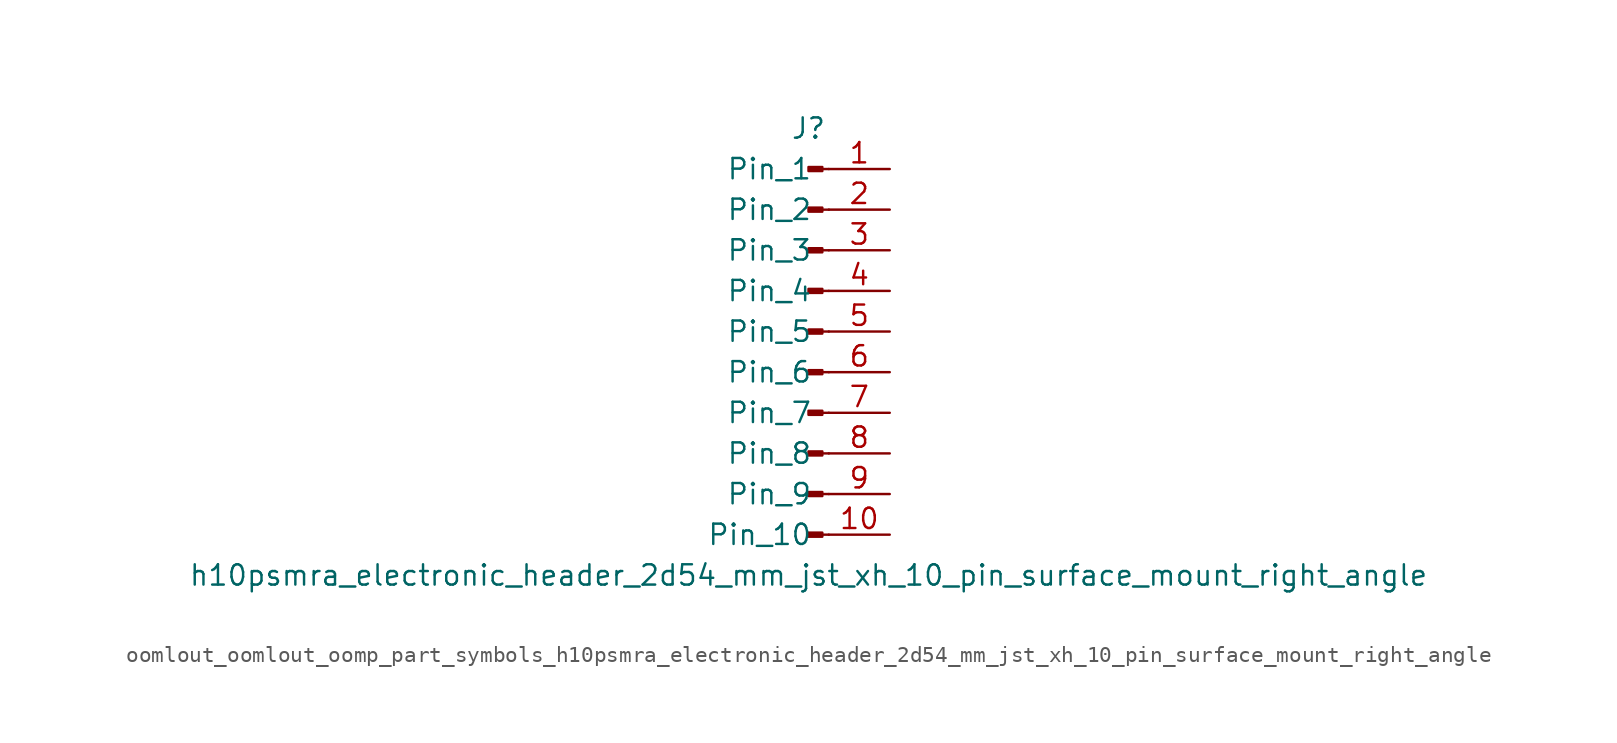
<source format=kicad_sym>
(kicad_symbol_lib
  (version 20220914)
  (generator kicad_symbol_editor)
  (symbol "oomlout_oomlout_oomp_part_symbols_h10psmra_electronic_header_2d54_mm_jst_xh_10_pin_surface_mount_right_angle"
    (pin_names
      (offset 1.016))
    (property "Reference" "J"
      (at 0 12.7 0)
      (effects (font (size 1.27 1.27))))
    (property "Value" "h10psmra_electronic_header_2d54_mm_jst_xh_10_pin_surface_mount_right_angle"
      (at 0 -15.24 0)
      (effects (font (size 1.27 1.27))))
    (property "ki_locked" ""
      (at 0 0 0)
      (effects (font (size 1.27 1.27))))
    (symbol "oomlout_oomlout_oomp_part_symbols_h10psmra_electronic_header_2d54_mm_jst_xh_10_pin_surface_mount_right_angle_1_1"
      (polyline (pts (xy 1.27 -12.7) (xy 0.864 -12.7)) (stroke (width 0.152) (type default)) (fill (type none)))
      (polyline (pts (xy 1.27 -10.16) (xy 0.864 -10.16)) (stroke (width 0.152) (type default)) (fill (type none)))
      (polyline (pts (xy 1.27 -7.62) (xy 0.864 -7.62)) (stroke (width 0.152) (type default)) (fill (type none)))
      (polyline (pts (xy 1.27 -5.08) (xy 0.864 -5.08)) (stroke (width 0.152) (type default)) (fill (type none)))
      (polyline (pts (xy 1.27 -2.54) (xy 0.864 -2.54)) (stroke (width 0.152) (type default)) (fill (type none)))
      (polyline (pts (xy 1.27 0) (xy 0.864 0)) (stroke (width 0.152) (type default)) (fill (type none)))
      (polyline (pts (xy 1.27 2.54) (xy 0.864 2.54)) (stroke (width 0.152) (type default)) (fill (type none)))
      (polyline (pts (xy 1.27 5.08) (xy 0.864 5.08)) (stroke (width 0.152) (type default)) (fill (type none)))
      (polyline (pts (xy 1.27 7.62) (xy 0.864 7.62)) (stroke (width 0.152) (type default)) (fill (type none)))
      (polyline (pts (xy 1.27 10.16) (xy 0.864 10.16)) (stroke (width 0.152) (type default)) (fill (type none)))
      (rectangle (start 0.864 -12.573) (end 0 -12.827) (stroke (width 0.152) (type default)) (fill (type outline)))
      (rectangle (start 0.864 -10.033) (end 0 -10.287) (stroke (width 0.152) (type default)) (fill (type outline)))
      (rectangle (start 0.864 -7.493) (end 0 -7.747) (stroke (width 0.152) (type default)) (fill (type outline)))
      (rectangle (start 0.864 -4.953) (end 0 -5.207) (stroke (width 0.152) (type default)) (fill (type outline)))
      (rectangle (start 0.864 -2.413) (end 0 -2.667) (stroke (width 0.152) (type default)) (fill (type outline)))
      (rectangle (start 0.864 0.127) (end 0 -0.127) (stroke (width 0.152) (type default)) (fill (type outline)))
      (rectangle (start 0.864 2.667) (end 0 2.413) (stroke (width 0.152) (type default)) (fill (type outline)))
      (rectangle (start 0.864 5.207) (end 0 4.953) (stroke (width 0.152) (type default)) (fill (type outline)))
      (rectangle (start 0.864 7.747) (end 0 7.493) (stroke (width 0.152) (type default)) (fill (type outline)))
      (rectangle (start 0.864 10.287) (end 0 10.033) (stroke (width 0.152) (type default)) (fill (type outline)))
      (pin passive line (at 5.08 10.16 180) (length 3.81) (name "Pin_1" (effects (font (size 1.27 1.27)))) (number "1" (effects (font (size 1.27 1.27)))))
      (pin passive line (at 5.08 -12.7 180) (length 3.81) (name "Pin_10" (effects (font (size 1.27 1.27)))) (number "10" (effects (font (size 1.27 1.27)))))
      (pin passive line (at 5.08 7.62 180) (length 3.81) (name "Pin_2" (effects (font (size 1.27 1.27)))) (number "2" (effects (font (size 1.27 1.27)))))
      (pin passive line (at 5.08 5.08 180) (length 3.81) (name "Pin_3" (effects (font (size 1.27 1.27)))) (number "3" (effects (font (size 1.27 1.27)))))
      (pin passive line (at 5.08 2.54 180) (length 3.81) (name "Pin_4" (effects (font (size 1.27 1.27)))) (number "4" (effects (font (size 1.27 1.27)))))
      (pin passive line (at 5.08 0 180) (length 3.81) (name "Pin_5" (effects (font (size 1.27 1.27)))) (number "5" (effects (font (size 1.27 1.27)))))
      (pin passive line (at 5.08 -2.54 180) (length 3.81) (name "Pin_6" (effects (font (size 1.27 1.27)))) (number "6" (effects (font (size 1.27 1.27)))))
      (pin passive line (at 5.08 -5.08 180) (length 3.81) (name "Pin_7" (effects (font (size 1.27 1.27)))) (number "7" (effects (font (size 1.27 1.27)))))
      (pin passive line (at 5.08 -7.62 180) (length 3.81) (name "Pin_8" (effects (font (size 1.27 1.27)))) (number "8" (effects (font (size 1.27 1.27)))))
      (pin passive line (at 5.08 -10.16 180) (length 3.81) (name "Pin_9" (effects (font (size 1.27 1.27)))) (number "9" (effects (font (size 1.27 1.27))))))))
</source>
